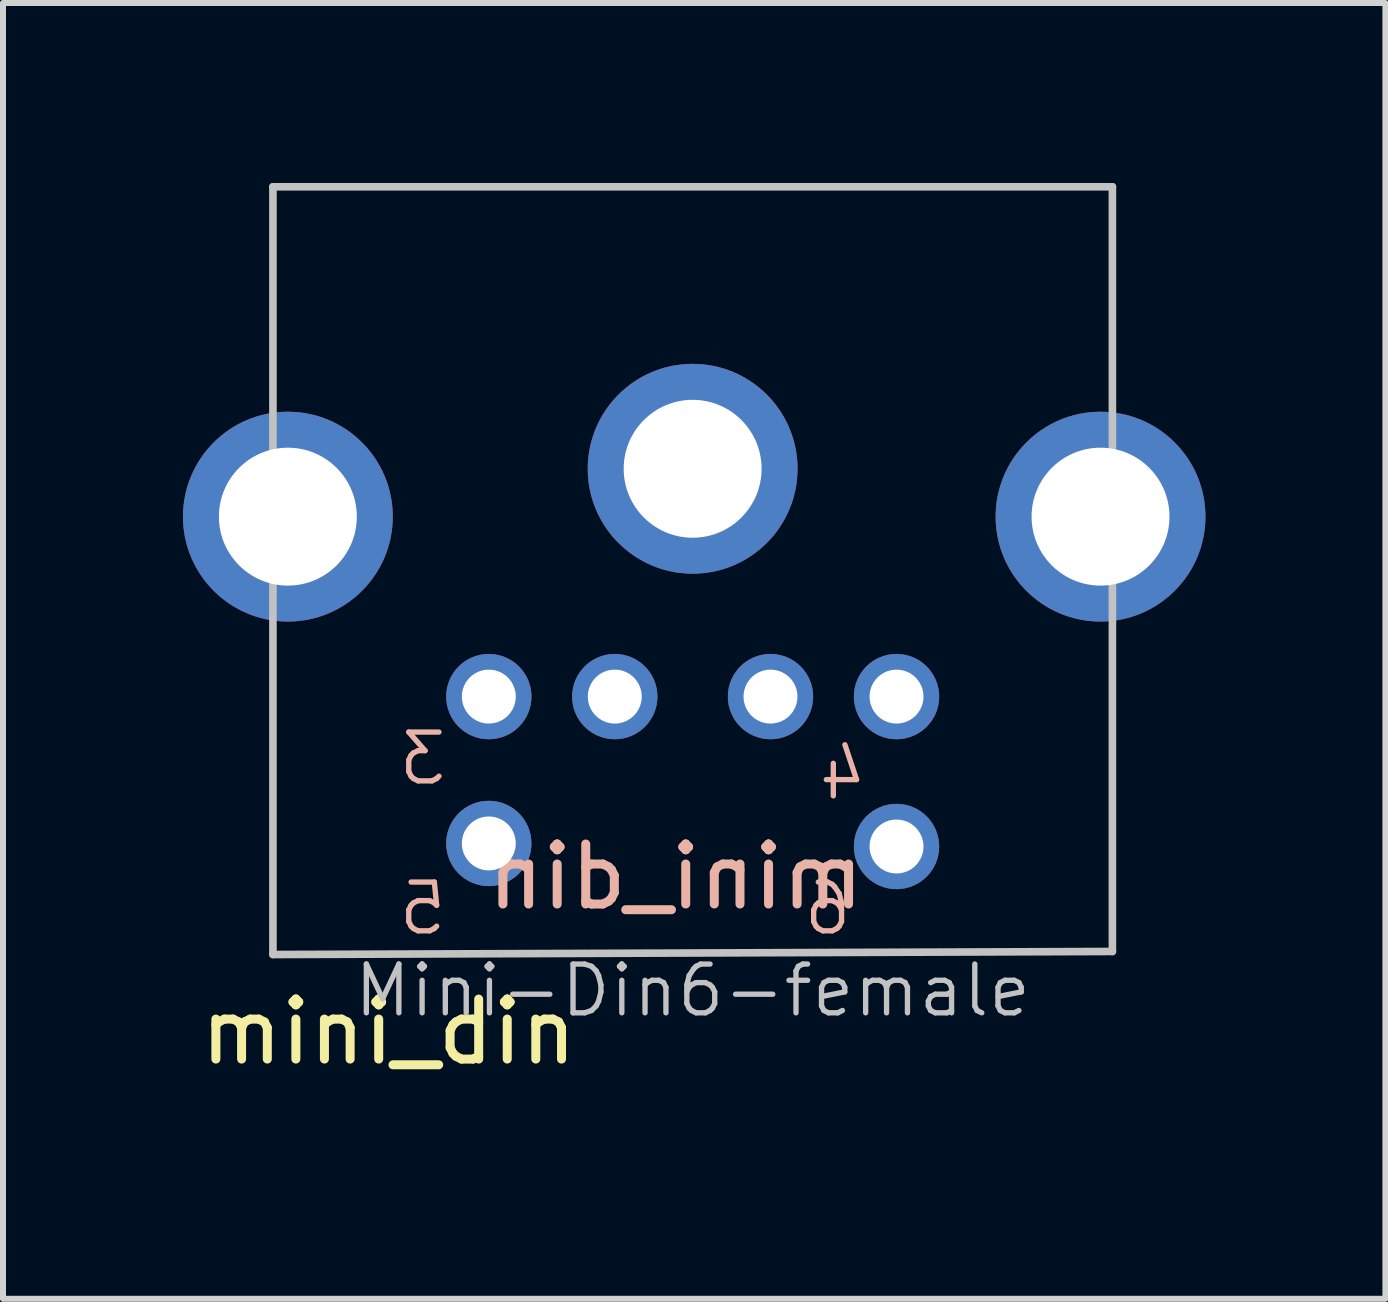
<source format=kicad_pcb>
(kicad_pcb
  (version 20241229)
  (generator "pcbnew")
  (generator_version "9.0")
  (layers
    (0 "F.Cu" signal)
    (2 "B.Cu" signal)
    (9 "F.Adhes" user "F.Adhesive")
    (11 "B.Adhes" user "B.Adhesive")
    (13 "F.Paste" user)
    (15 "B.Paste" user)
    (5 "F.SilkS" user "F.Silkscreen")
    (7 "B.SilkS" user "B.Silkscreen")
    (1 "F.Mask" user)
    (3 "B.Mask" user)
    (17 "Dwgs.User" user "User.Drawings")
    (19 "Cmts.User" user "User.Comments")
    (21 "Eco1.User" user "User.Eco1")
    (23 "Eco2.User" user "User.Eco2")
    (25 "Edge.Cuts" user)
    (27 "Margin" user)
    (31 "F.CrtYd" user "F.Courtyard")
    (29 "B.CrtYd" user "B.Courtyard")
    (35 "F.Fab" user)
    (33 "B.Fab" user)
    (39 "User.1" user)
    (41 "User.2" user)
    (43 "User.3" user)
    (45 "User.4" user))
  (footprint "mini_din"
    (layer "F.Cu")
    (at 7.875 15.352)
    (property "Reference" "mini_din" (at -4.445 -1.201 0) (unlocked yes) (layer "F.SilkS") (effects (font (size 1 1) (thickness 0.15))))
    (attr through_hole)
    (fp_line (start -6.375 -15.288) (end -6.375 -10.787) (stroke (width 0.127) (type solid)) (layer "Dwgs.User"))
    (fp_line (start -6.375 -10.787) (end -6.375 -2.489) (stroke (width 0.127) (type solid)) (layer "Dwgs.User"))
    (fp_line (start -6.375 -2.489) (end 7.62 -2.54) (stroke (width 0.127) (type solid)) (layer "Dwgs.User"))
    (fp_line (start 7.62 -15.288) (end -6.375 -15.288) (stroke (width 0.127) (type solid)) (layer "Dwgs.User"))
    (fp_line (start 7.62 -10.787) (end 7.62 -15.288) (stroke (width 0.127) (type solid)) (layer "Dwgs.User"))
    (fp_line (start 7.62 -8.791) (end 7.62 -10.787) (stroke (width 0.127) (type solid)) (layer "Dwgs.User"))
    (fp_line (start 7.62 -2.54) (end 7.62 -8.791) (stroke (width 0.127) (type solid)) (layer "Dwgs.User"))
    (fp_text user "5" (at -3.878 -3.256 0) (layer "B.SilkS") (effects (font (size 0.813 0.813) (thickness 0.089)) (justify mirror)))
    (fp_text user "4" (at 3.122 -5.506 0) (layer "B.SilkS") (effects (font (size 0.813 0.813) (thickness 0.089)) (justify mirror)))
    (fp_text user "${REFERENCE}" (at 0.34 -3.786 0) (unlocked yes) (layer "B.SilkS") (effects (font (size 1 1) (thickness 0.15)) (justify mirror)))
    (fp_text user "6" (at 2.872 -3.256 0) (layer "B.SilkS") (effects (font (size 0.813 0.813) (thickness 0.089)) (justify mirror)))
    (fp_text user "3" (at -3.878 -5.756 0) (layer "B.SilkS") (effects (font (size 0.813 0.813) (thickness 0.089)) (justify mirror)))
    (fp_text user "Mini-Din6-female" (at 0.622 -1.889 0) (layer "Dwgs.User") (effects (font (size 0.813 0.813) (thickness 0.089))))
    (pad "1" thru_hole circle (at -0.676 -6.789) (size 1.422 1.422) (drill 0.899) (layers "*.Cu" "*.Mask"))
    (pad "2" thru_hole circle (at 1.92 -6.789) (size 1.422 1.422) (drill 0.899) (layers "*.Cu" "*.Mask"))
    (pad "3" thru_hole circle (at -2.776 -6.789) (size 1.422 1.422) (drill 0.899) (layers "*.Cu" "*.Mask"))
    (pad "4" thru_hole circle (at 4.021 -6.789) (size 1.422 1.422) (drill 0.899) (layers "*.Cu" "*.Mask"))
    (pad "5" thru_hole circle (at -2.776 -4.341) (size 1.422 1.422) (drill 0.899) (layers "*.Cu" "*.Mask"))
    (pad "6" thru_hole circle (at 4.021 -4.29) (size 1.422 1.422) (drill 0.899) (layers "*.Cu" "*.Mask"))
    (pad "SH1" thru_hole circle (at 7.422 -9.789) (size 3.498 3.498) (drill 2.299) (layers "*.Cu" "*.Mask"))
    (pad "SH2" thru_hole circle (at 0.622 -10.587) (size 3.498 3.498) (drill 2.299) (layers "*.Cu" "*.Mask"))
    (pad "SH3" thru_hole circle (at -6.126 -9.789) (size 3.498 3.498) (drill 2.299) (layers "*.Cu" "*.Mask")))
  (gr_rect
    (start -3 -3)
    (end 20.046 18.602)
    (stroke (width 0.1) (type default))
    (fill no)
    (layer "Edge.Cuts")))
</source>
